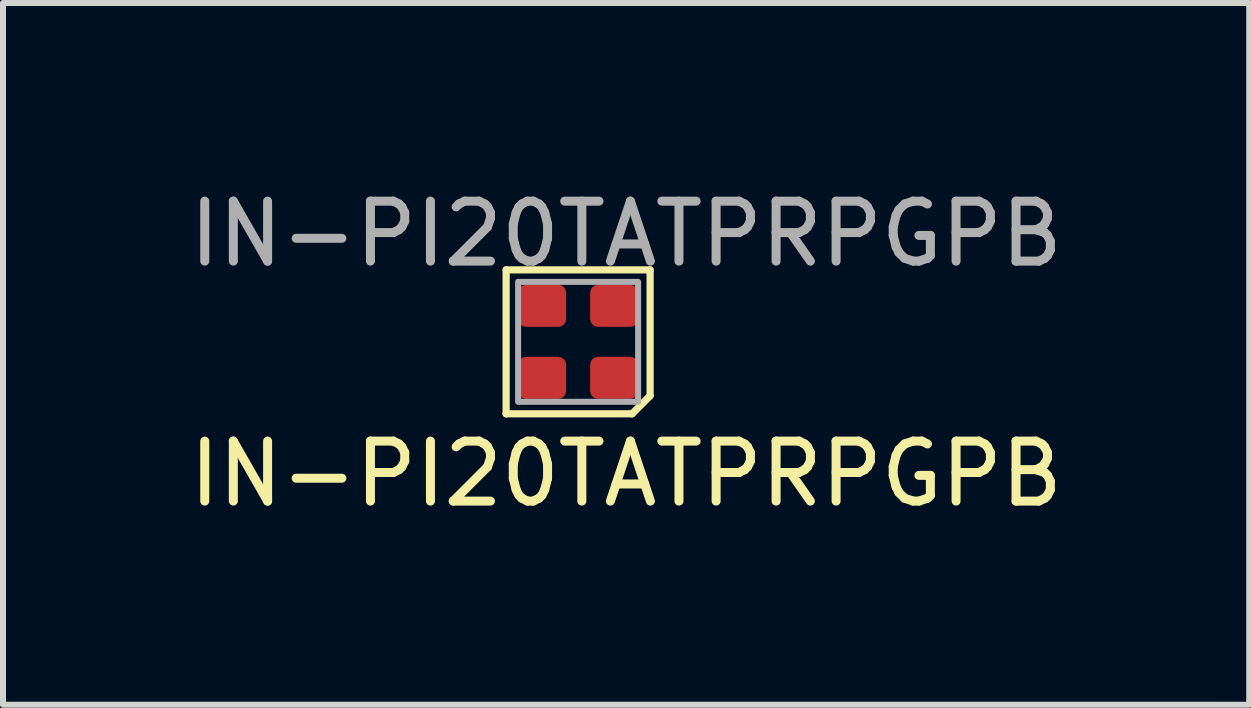
<source format=kicad_pcb>
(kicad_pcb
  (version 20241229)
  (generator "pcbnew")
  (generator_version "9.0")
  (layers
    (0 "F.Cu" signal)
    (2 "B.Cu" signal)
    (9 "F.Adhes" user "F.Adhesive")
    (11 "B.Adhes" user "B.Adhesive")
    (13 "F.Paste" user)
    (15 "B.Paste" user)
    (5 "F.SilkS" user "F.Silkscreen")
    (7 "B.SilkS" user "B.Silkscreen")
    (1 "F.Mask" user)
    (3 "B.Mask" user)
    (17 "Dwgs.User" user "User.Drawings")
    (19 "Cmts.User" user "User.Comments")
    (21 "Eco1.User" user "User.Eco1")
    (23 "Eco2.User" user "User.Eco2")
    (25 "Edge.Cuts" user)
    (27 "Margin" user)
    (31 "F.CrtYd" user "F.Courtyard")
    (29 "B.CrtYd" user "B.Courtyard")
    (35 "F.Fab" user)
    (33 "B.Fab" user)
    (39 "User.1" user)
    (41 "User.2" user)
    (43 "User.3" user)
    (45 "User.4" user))
  (footprint "IN-PI20TATPRPGPB"
    (layer "F.Cu")
    (at 5.387 3.848)
    (property "Reference" "IN-PI20TATPRPGPB" (at 2 1 0) (unlocked yes) (layer "F.SilkS") (effects (font (size 1 1) (thickness 0.15))))
    (attr smd)
    (fp_line (start 0 -2.4) (end 0 0) (stroke (width 0.12) (type solid)) (layer "F.SilkS"))
    (fp_line (start 0 -2.4) (end 2.4 -2.4) (stroke (width 0.12) (type solid)) (layer "F.SilkS"))
    (fp_line (start 0 0) (end 2.1 0) (stroke (width 0.12) (type solid)) (layer "F.SilkS"))
    (fp_line (start 2.1 0) (end 2.4 -0.3) (stroke (width 0.12) (type solid)) (layer "F.SilkS"))
    (fp_line (start 2.4 -2.4) (end 2.4 -0.3) (stroke (width 0.12) (type solid)) (layer "F.SilkS"))
    (fp_rect (start 0.2 -0.2) (end 2.2 -2.2) (stroke (width 0.1) (type solid)) (fill no) (layer "F.Fab"))
    (fp_text user "${REFERENCE}" (at 2 -3 0) (unlocked yes) (layer "F.Fab") (effects (font (size 1 1) (thickness 0.15))))
    (pad "1" smd roundrect (at 1.8 -0.6) (size 0.8 0.7) (layers "F.Cu" "F.Mask" "F.Paste") (roundrect_rratio 0.188))
    (pad "2" smd roundrect (at 1.8 -1.8) (size 0.8 0.7) (layers "F.Cu" "F.Mask" "F.Paste") (roundrect_rratio 0.188))
    (pad "3" smd roundrect (at 0.6 -1.8) (size 0.8 0.7) (layers "F.Cu" "F.Mask" "F.Paste") (roundrect_rratio 0.188))
    (pad "4" smd roundrect (at 0.6 -0.6) (size 0.8 0.7) (layers "F.Cu" "F.Mask" "F.Paste") (roundrect_rratio 0.188)))
  (gr_rect
    (start -3 -3)
    (end 17.774 8.697)
    (stroke (width 0.1) (type default))
    (fill no)
    (layer "Edge.Cuts")))
</source>
